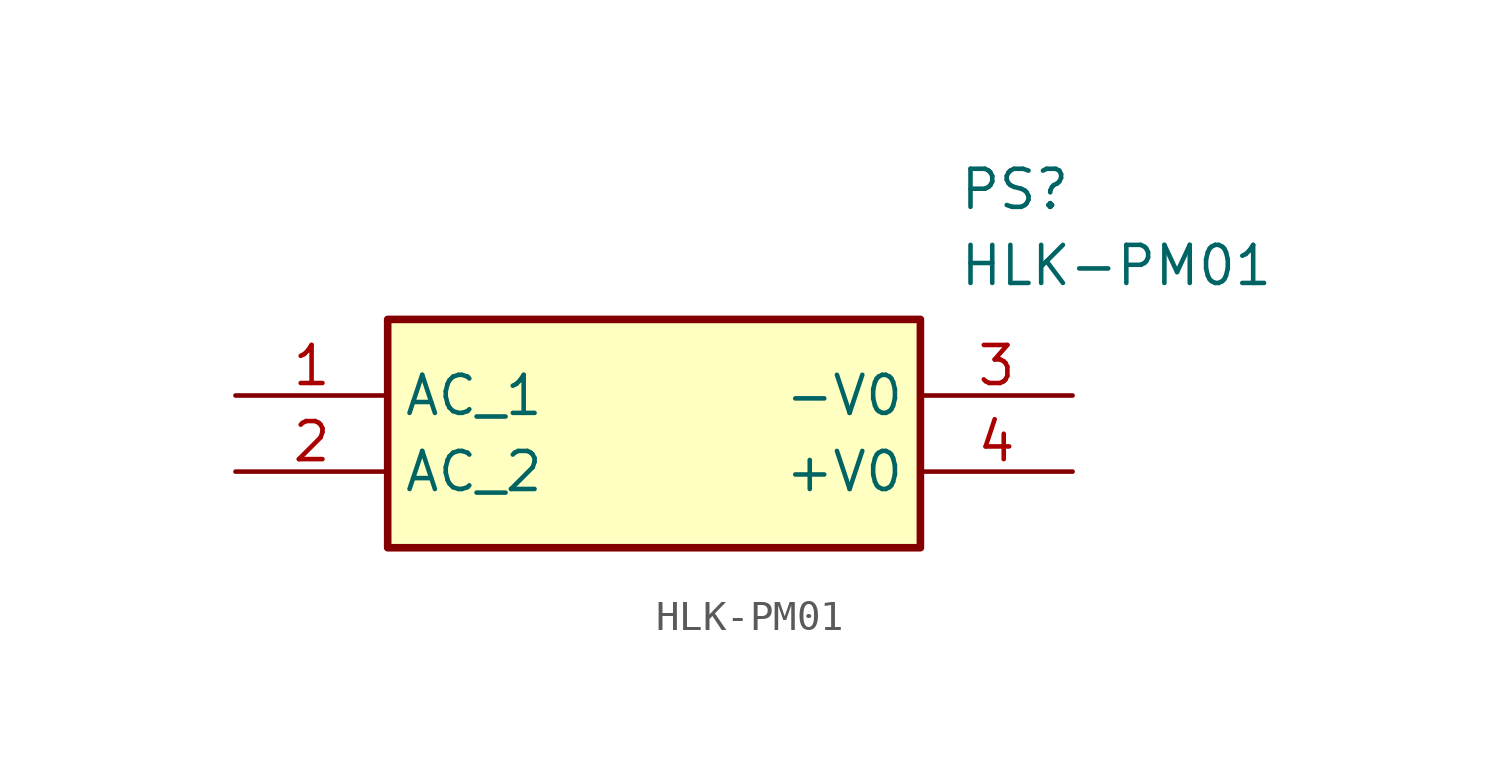
<source format=kicad_sym>
(kicad_symbol_lib
  (version 20211014)
  (generator SamacSys_ECAD_Model)
  (symbol "HLK-PM01"
    (property "Reference" "PS"
      (at 24.13 7.62 0)
      (effects (font (size 1.27 1.27)) (justify left top)))
    (property "Value" "HLK-PM01"
      (at 24.13 5.08 0)
      (effects (font (size 1.27 1.27)) (justify left top)))
    (rectangle
      (start 5.08 2.54)
      (end 22.86 -5.08)
      (stroke (width 0.254) (type default))
      (fill (type background)))
    (pin passive line
      (at 0 0 0)
      (length 5.08)
      (name "AC_1" (effects (font (size 1.27 1.27))))
      (number "1" (effects (font (size 1.27 1.27)))))
    (pin passive line
      (at 0 -2.54 0)
      (length 5.08)
      (name "AC_2" (effects (font (size 1.27 1.27))))
      (number "2" (effects (font (size 1.27 1.27)))))
    (pin passive line
      (at 27.94 0 180)
      (length 5.08)
      (name "-V0" (effects (font (size 1.27 1.27))))
      (number "3" (effects (font (size 1.27 1.27)))))
    (pin passive line
      (at 27.94 -2.54 180)
      (length 5.08)
      (name "+V0" (effects (font (size 1.27 1.27))))
      (number "4" (effects (font (size 1.27 1.27)))))))
</source>
